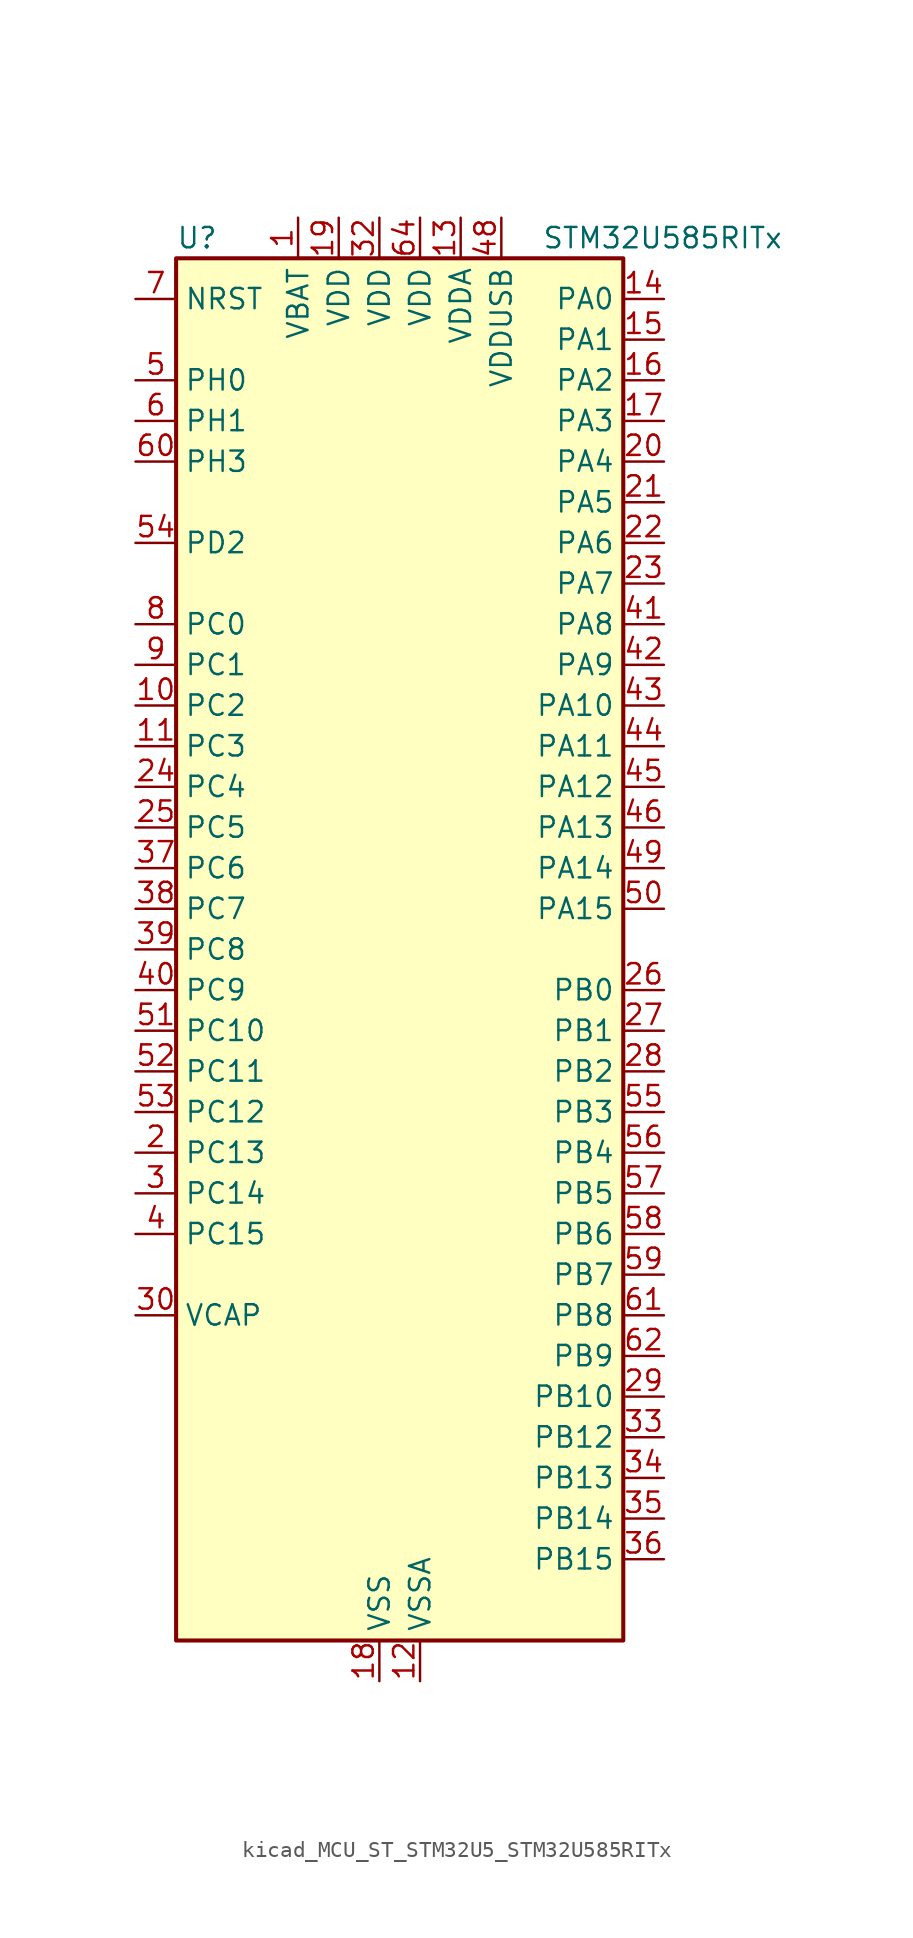
<source format=kicad_sym>
(kicad_symbol_lib
  (version 20220914)
  (generator kicad_symbol_editor)
  (symbol "kicad_MCU_ST_STM32U5_STM32U585RITx"
    (property "Reference" "U"
      (at -12.7 44.45 0)
      (effects (font (size 1.27 1.27)) (justify left)))
    (property "Value" "STM32U585RITx"
      (at 10.16 44.45 0)
      (effects (font (size 1.27 1.27)) (justify left)))
    (property "ki_locked" ""
      (at 0 0 0)
      (effects (font (size 1.27 1.27))))
    (symbol "kicad_MCU_ST_STM32U5_STM32U585RITx_0_1"
      (rectangle (start -12.7 -43.18) (end 15.24 43.18) (stroke (width 0.254) (type default)) (fill (type background))))
    (symbol "kicad_MCU_ST_STM32U5_STM32U585RITx_1_1"
      (pin power_in line (at -5.08 45.72 270) (length 2.54) (name "VBAT" (effects (font (size 1.27 1.27)))) (number "1" (effects (font (size 1.27 1.27)))))
      (pin bidirectional line (at -15.24 15.24 0) (length 2.54) (name "PC2" (effects (font (size 1.27 1.27)))) (number "10" (effects (font (size 1.27 1.27)))) (alternate "ADC1_IN3" bidirectional line) (alternate "ADC4_IN3" bidirectional line) (alternate "LPTIM1_IN2" bidirectional line) (alternate "MDF1_CCK1" bidirectional line) (alternate "OCTOSPIM_P1_IO5" bidirectional line) (alternate "SPI2_MISO" bidirectional line))
      (pin bidirectional line (at -15.24 12.7 0) (length 2.54) (name "PC3" (effects (font (size 1.27 1.27)))) (number "11" (effects (font (size 1.27 1.27)))) (alternate "ADC1_IN4" bidirectional line) (alternate "ADC4_IN4" bidirectional line) (alternate "LPTIM1_ETR" bidirectional line) (alternate "LPTIM2_ETR" bidirectional line) (alternate "LPTIM3_CH1" bidirectional line) (alternate "OCTOSPIM_P1_IO6" bidirectional line) (alternate "SAI1_D1" bidirectional line) (alternate "SAI1_SD_A" bidirectional line) (alternate "SPI2_MOSI" bidirectional line))
      (pin power_in line (at 2.54 -45.72 90) (length 2.54) (name "VSSA" (effects (font (size 1.27 1.27)))) (number "12" (effects (font (size 1.27 1.27)))))
      (pin power_in line (at 5.08 45.72 270) (length 2.54) (name "VDDA" (effects (font (size 1.27 1.27)))) (number "13" (effects (font (size 1.27 1.27)))))
      (pin bidirectional line (at 17.78 40.64 180) (length 2.54) (name "PA0" (effects (font (size 1.27 1.27)))) (number "14" (effects (font (size 1.27 1.27)))) (alternate "ADC1_IN5" bidirectional line) (alternate "AUDIOCLK" bidirectional line) (alternate "OCTOSPIM_P2_NCS" bidirectional line) (alternate "OPAMP1_VINP" bidirectional line) (alternate "PWR_WKUP1" bidirectional line) (alternate "SDMMC2_CMD" bidirectional line) (alternate "SPI3_RDY" bidirectional line) (alternate "TAMP_IN2" bidirectional line) (alternate "TAMP_OUT1" bidirectional line) (alternate "TIM2_CH1" bidirectional line) (alternate "TIM2_ETR" bidirectional line) (alternate "TIM5_CH1" bidirectional line) (alternate "TIM8_ETR" bidirectional line) (alternate "UART4_TX" bidirectional line) (alternate "USART2_CTS" bidirectional line))
      (pin bidirectional line (at 17.78 38.1 180) (length 2.54) (name "PA1" (effects (font (size 1.27 1.27)))) (number "15" (effects (font (size 1.27 1.27)))) (alternate "ADC1_IN6" bidirectional line) (alternate "I2C1_SMBA" bidirectional line) (alternate "LPTIM1_CH2" bidirectional line) (alternate "OCTOSPIM_P1_DQS" bidirectional line) (alternate "OPAMP1_VINM" bidirectional line) (alternate "PWR_WKUP3" bidirectional line) (alternate "SPI1_SCK" bidirectional line) (alternate "TAMP_IN5" bidirectional line) (alternate "TAMP_OUT4" bidirectional line) (alternate "TIM15_CH1N" bidirectional line) (alternate "TIM2_CH2" bidirectional line) (alternate "TIM5_CH2" bidirectional line) (alternate "UART4_RX" bidirectional line) (alternate "USART2_DE" bidirectional line) (alternate "USART2_RTS" bidirectional line))
      (pin bidirectional line (at 17.78 35.56 180) (length 2.54) (name "PA2" (effects (font (size 1.27 1.27)))) (number "16" (effects (font (size 1.27 1.27)))) (alternate "ADC1_IN7" bidirectional line) (alternate "COMP1_INP" bidirectional line) (alternate "LPUART1_TX" bidirectional line) (alternate "OCTOSPIM_P1_NCS" bidirectional line) (alternate "PWR_WKUP4" bidirectional line) (alternate "RCC_LSCO" bidirectional line) (alternate "SPI1_RDY" bidirectional line) (alternate "TIM15_CH1" bidirectional line) (alternate "TIM2_CH3" bidirectional line) (alternate "TIM5_CH3" bidirectional line) (alternate "UCPD1_FRSTX1" bidirectional line) (alternate "USART2_TX" bidirectional line))
      (pin bidirectional line (at 17.78 33.02 180) (length 2.54) (name "PA3" (effects (font (size 1.27 1.27)))) (number "17" (effects (font (size 1.27 1.27)))) (alternate "ADC1_IN8" bidirectional line) (alternate "LPUART1_RX" bidirectional line) (alternate "OCTOSPIM_P1_CLK" bidirectional line) (alternate "OPAMP1_VOUT" bidirectional line) (alternate "PWR_WKUP5" bidirectional line) (alternate "SAI1_CK1" bidirectional line) (alternate "SAI1_MCLK_A" bidirectional line) (alternate "TIM15_CH2" bidirectional line) (alternate "TIM2_CH4" bidirectional line) (alternate "TIM5_CH4" bidirectional line) (alternate "USART2_RX" bidirectional line))
      (pin power_in line (at 0 -45.72 90) (length 2.54) (name "VSS" (effects (font (size 1.27 1.27)))) (number "18" (effects (font (size 1.27 1.27)))))
      (pin power_in line (at -2.54 45.72 270) (length 2.54) (name "VDD" (effects (font (size 1.27 1.27)))) (number "19" (effects (font (size 1.27 1.27)))))
      (pin bidirectional line (at -15.24 -12.7 0) (length 2.54) (name "PC13" (effects (font (size 1.27 1.27)))) (number "2" (effects (font (size 1.27 1.27)))) (alternate "PWR_WKUP2" bidirectional line) (alternate "RTC_OUT1" bidirectional line) (alternate "RTC_TS" bidirectional line) (alternate "TAMP_IN1" bidirectional line) (alternate "TAMP_OUT2" bidirectional line))
      (pin bidirectional line (at 17.78 30.48 180) (length 2.54) (name "PA4" (effects (font (size 1.27 1.27)))) (number "20" (effects (font (size 1.27 1.27)))) (alternate "ADC1_IN9" bidirectional line) (alternate "ADC4_IN9" bidirectional line) (alternate "DAC1_OUT1" bidirectional line) (alternate "DCMI_HSYNC" bidirectional line) (alternate "LPTIM2_CH1" bidirectional line) (alternate "OCTOSPIM_P1_NCS" bidirectional line) (alternate "PSSI_DE" bidirectional line) (alternate "PWR_WKUP2" bidirectional line) (alternate "SAI1_FS_B" bidirectional line) (alternate "SPI1_NSS" bidirectional line) (alternate "SPI3_NSS" bidirectional line) (alternate "USART2_CK" bidirectional line))
      (pin bidirectional line (at 17.78 27.94 180) (length 2.54) (name "PA5" (effects (font (size 1.27 1.27)))) (number "21" (effects (font (size 1.27 1.27)))) (alternate "ADC1_IN10" bidirectional line) (alternate "ADC4_IN10" bidirectional line) (alternate "DAC1_OUT2" bidirectional line) (alternate "LPTIM2_ETR" bidirectional line) (alternate "PSSI_D14" bidirectional line) (alternate "PWR_CSLEEP" bidirectional line) (alternate "PWR_WKUP6" bidirectional line) (alternate "SPI1_SCK" bidirectional line) (alternate "TIM2_CH1" bidirectional line) (alternate "TIM2_ETR" bidirectional line) (alternate "TIM8_CH1N" bidirectional line) (alternate "USART3_RX" bidirectional line))
      (pin bidirectional line (at 17.78 25.4 180) (length 2.54) (name "PA6" (effects (font (size 1.27 1.27)))) (number "22" (effects (font (size 1.27 1.27)))) (alternate "ADC1_IN11" bidirectional line) (alternate "ADC4_IN11" bidirectional line) (alternate "DCMI_PIXCLK" bidirectional line) (alternate "LPUART1_CTS" bidirectional line) (alternate "OCTOSPIM_P1_IO3" bidirectional line) (alternate "OPAMP2_VINP" bidirectional line) (alternate "PSSI_PDCK" bidirectional line) (alternate "PWR_CDSTOP" bidirectional line) (alternate "PWR_WKUP7" bidirectional line) (alternate "SPI1_MISO" bidirectional line) (alternate "TIM16_CH1" bidirectional line) (alternate "TIM1_BKIN" bidirectional line) (alternate "TIM3_CH1" bidirectional line) (alternate "TIM8_BKIN" bidirectional line) (alternate "USART3_CTS" bidirectional line))
      (pin bidirectional line (at 17.78 22.86 180) (length 2.54) (name "PA7" (effects (font (size 1.27 1.27)))) (number "23" (effects (font (size 1.27 1.27)))) (alternate "ADC1_IN12" bidirectional line) (alternate "ADC4_IN20" bidirectional line) (alternate "I2C3_SCL" bidirectional line) (alternate "LPTIM2_CH2" bidirectional line) (alternate "OCTOSPIM_P1_IO2" bidirectional line) (alternate "OPAMP2_VINM" bidirectional line) (alternate "PWR_SRDSTOP" bidirectional line) (alternate "PWR_WKUP8" bidirectional line) (alternate "SPI1_MOSI" bidirectional line) (alternate "TIM17_CH1" bidirectional line) (alternate "TIM1_CH1N" bidirectional line) (alternate "TIM3_CH2" bidirectional line) (alternate "TIM8_CH1N" bidirectional line) (alternate "USART3_TX" bidirectional line))
      (pin bidirectional line (at -15.24 10.16 0) (length 2.54) (name "PC4" (effects (font (size 1.27 1.27)))) (number "24" (effects (font (size 1.27 1.27)))) (alternate "ADC1_IN13" bidirectional line) (alternate "ADC4_IN22" bidirectional line) (alternate "COMP1_INM" bidirectional line) (alternate "OCTOSPIM_P1_IO7" bidirectional line) (alternate "USART3_TX" bidirectional line))
      (pin bidirectional line (at -15.24 7.62 0) (length 2.54) (name "PC5" (effects (font (size 1.27 1.27)))) (number "25" (effects (font (size 1.27 1.27)))) (alternate "ADC1_IN14" bidirectional line) (alternate "ADC4_IN23" bidirectional line) (alternate "COMP1_INP" bidirectional line) (alternate "PSSI_D15" bidirectional line) (alternate "PWR_WKUP5" bidirectional line) (alternate "SAI1_D3" bidirectional line) (alternate "TAMP_IN4" bidirectional line) (alternate "TAMP_OUT5" bidirectional line) (alternate "TIM1_CH4N" bidirectional line) (alternate "USART3_RX" bidirectional line))
      (pin bidirectional line (at 17.78 -2.54 180) (length 2.54) (name "PB0" (effects (font (size 1.27 1.27)))) (number "26" (effects (font (size 1.27 1.27)))) (alternate "ADC1_IN15" bidirectional line) (alternate "ADC4_IN18" bidirectional line) (alternate "AUDIOCLK" bidirectional line) (alternate "COMP1_OUT" bidirectional line) (alternate "LPTIM3_CH1" bidirectional line) (alternate "OCTOSPIM_P1_IO1" bidirectional line) (alternate "OPAMP2_VOUT" bidirectional line) (alternate "SPI1_NSS" bidirectional line) (alternate "TIM1_CH2N" bidirectional line) (alternate "TIM3_CH3" bidirectional line) (alternate "TIM8_CH2N" bidirectional line) (alternate "USART3_CK" bidirectional line))
      (pin bidirectional line (at 17.78 -5.08 180) (length 2.54) (name "PB1" (effects (font (size 1.27 1.27)))) (number "27" (effects (font (size 1.27 1.27)))) (alternate "ADC1_IN16" bidirectional line) (alternate "ADC4_IN19" bidirectional line) (alternate "COMP1_INM" bidirectional line) (alternate "LPTIM2_IN1" bidirectional line) (alternate "LPTIM3_CH2" bidirectional line) (alternate "LPUART1_DE" bidirectional line) (alternate "LPUART1_RTS" bidirectional line) (alternate "MDF1_SDI0" bidirectional line) (alternate "OCTOSPIM_P1_IO0" bidirectional line) (alternate "PWR_WKUP4" bidirectional line) (alternate "TIM1_CH3N" bidirectional line) (alternate "TIM3_CH4" bidirectional line) (alternate "TIM8_CH3N" bidirectional line) (alternate "USART3_DE" bidirectional line) (alternate "USART3_RTS" bidirectional line))
      (pin bidirectional line (at 17.78 -7.62 180) (length 2.54) (name "PB2" (effects (font (size 1.27 1.27)))) (number "28" (effects (font (size 1.27 1.27)))) (alternate "ADC1_IN17" bidirectional line) (alternate "COMP1_INP" bidirectional line) (alternate "I2C3_SMBA" bidirectional line) (alternate "LPTIM1_CH1" bidirectional line) (alternate "MDF1_CKI0" bidirectional line) (alternate "OCTOSPIM_P1_DQS" bidirectional line) (alternate "PWR_WKUP1" bidirectional line) (alternate "RTC_OUT2" bidirectional line) (alternate "SPI1_RDY" bidirectional line) (alternate "TIM8_CH4N" bidirectional line) (alternate "UCPD1_FRSTX1" bidirectional line))
      (pin bidirectional line (at 17.78 -27.94 180) (length 2.54) (name "PB10" (effects (font (size 1.27 1.27)))) (number "29" (effects (font (size 1.27 1.27)))) (alternate "COMP1_OUT" bidirectional line) (alternate "I2C2_SCL" bidirectional line) (alternate "I2C4_SCL" bidirectional line) (alternate "LPTIM3_CH1" bidirectional line) (alternate "LPUART1_RX" bidirectional line) (alternate "OCTOSPIM_P1_CLK" bidirectional line) (alternate "PWR_WKUP8" bidirectional line) (alternate "SAI1_SCK_A" bidirectional line) (alternate "SPI2_SCK" bidirectional line) (alternate "TIM2_CH3" bidirectional line) (alternate "TSC_SYNC" bidirectional line) (alternate "USART3_TX" bidirectional line))
      (pin bidirectional line (at -15.24 -15.24 0) (length 2.54) (name "PC14" (effects (font (size 1.27 1.27)))) (number "3" (effects (font (size 1.27 1.27)))) (alternate "RCC_OSC32_IN" bidirectional line))
      (pin power_out line (at -15.24 -22.86 0) (length 2.54) (name "VCAP" (effects (font (size 1.27 1.27)))) (number "30" (effects (font (size 1.27 1.27)))))
      (pin passive line (at 0 -45.72 90) (length 2.54) hide (name "VSS" (effects (font (size 1.27 1.27)))) (number "31" (effects (font (size 1.27 1.27)))))
      (pin power_in line (at 0 45.72 270) (length 2.54) (name "VDD" (effects (font (size 1.27 1.27)))) (number "32" (effects (font (size 1.27 1.27)))))
      (pin bidirectional line (at 17.78 -30.48 180) (length 2.54) (name "PB12" (effects (font (size 1.27 1.27)))) (number "33" (effects (font (size 1.27 1.27)))) (alternate "I2C2_SMBA" bidirectional line) (alternate "LPUART1_DE" bidirectional line) (alternate "LPUART1_RTS" bidirectional line) (alternate "MDF1_SDI1" bidirectional line) (alternate "OCTOSPIM_P1_NCLK" bidirectional line) (alternate "SPI2_NSS" bidirectional line) (alternate "TIM15_BKIN" bidirectional line) (alternate "TIM1_BKIN" bidirectional line) (alternate "TSC_G1_IO1" bidirectional line) (alternate "USART3_CK" bidirectional line))
      (pin bidirectional line (at 17.78 -33.02 180) (length 2.54) (name "PB13" (effects (font (size 1.27 1.27)))) (number "34" (effects (font (size 1.27 1.27)))) (alternate "I2C2_SCL" bidirectional line) (alternate "LPTIM3_IN1" bidirectional line) (alternate "LPUART1_CTS" bidirectional line) (alternate "MDF1_CKI1" bidirectional line) (alternate "SPI2_SCK" bidirectional line) (alternate "TIM15_CH1N" bidirectional line) (alternate "TIM1_CH1N" bidirectional line) (alternate "TSC_G1_IO2" bidirectional line) (alternate "USART3_CTS" bidirectional line))
      (pin bidirectional line (at 17.78 -35.56 180) (length 2.54) (name "PB14" (effects (font (size 1.27 1.27)))) (number "35" (effects (font (size 1.27 1.27)))) (alternate "I2C2_SDA" bidirectional line) (alternate "LPTIM3_ETR" bidirectional line) (alternate "MDF1_SDI2" bidirectional line) (alternate "SDMMC2_D0" bidirectional line) (alternate "SPI2_MISO" bidirectional line) (alternate "TIM15_CH1" bidirectional line) (alternate "TIM1_CH2N" bidirectional line) (alternate "TIM8_CH2N" bidirectional line) (alternate "TSC_G1_IO3" bidirectional line) (alternate "UCPD1_DBCC2" bidirectional line) (alternate "USART3_DE" bidirectional line) (alternate "USART3_RTS" bidirectional line))
      (pin bidirectional line (at 17.78 -38.1 180) (length 2.54) (name "PB15" (effects (font (size 1.27 1.27)))) (number "36" (effects (font (size 1.27 1.27)))) (alternate "ADC1_EXTI15" bidirectional line) (alternate "ADC4_EXTI15" bidirectional line) (alternate "LPTIM2_IN2" bidirectional line) (alternate "MDF1_CKI2" bidirectional line) (alternate "PWR_WKUP7" bidirectional line) (alternate "RTC_REFIN" bidirectional line) (alternate "SDMMC2_D1" bidirectional line) (alternate "SPI2_MOSI" bidirectional line) (alternate "TIM15_CH2" bidirectional line) (alternate "TIM1_CH3N" bidirectional line) (alternate "TIM8_CH3N" bidirectional line) (alternate "UCPD1_CC2" bidirectional line))
      (pin bidirectional line (at -15.24 5.08 0) (length 2.54) (name "PC6" (effects (font (size 1.27 1.27)))) (number "37" (effects (font (size 1.27 1.27)))) (alternate "DCMI_D0" bidirectional line) (alternate "MDF1_CKI3" bidirectional line) (alternate "PSSI_D0" bidirectional line) (alternate "PWR_CSLEEP" bidirectional line) (alternate "SDMMC1_D0DIR" bidirectional line) (alternate "SDMMC1_D6" bidirectional line) (alternate "SDMMC2_D6" bidirectional line) (alternate "TIM3_CH1" bidirectional line) (alternate "TIM8_CH1" bidirectional line) (alternate "TSC_G4_IO1" bidirectional line))
      (pin bidirectional line (at -15.24 2.54 0) (length 2.54) (name "PC7" (effects (font (size 1.27 1.27)))) (number "38" (effects (font (size 1.27 1.27)))) (alternate "DCMI_D1" bidirectional line) (alternate "LPTIM2_CH2" bidirectional line) (alternate "MDF1_SDI3" bidirectional line) (alternate "PSSI_D1" bidirectional line) (alternate "PWR_CDSTOP" bidirectional line) (alternate "SDMMC1_D123DIR" bidirectional line) (alternate "SDMMC1_D7" bidirectional line) (alternate "SDMMC2_D7" bidirectional line) (alternate "TIM3_CH2" bidirectional line) (alternate "TIM8_CH2" bidirectional line) (alternate "TSC_G4_IO2" bidirectional line))
      (pin bidirectional line (at -15.24 0 0) (length 2.54) (name "PC8" (effects (font (size 1.27 1.27)))) (number "39" (effects (font (size 1.27 1.27)))) (alternate "DCMI_D2" bidirectional line) (alternate "LPTIM3_CH1" bidirectional line) (alternate "PSSI_D2" bidirectional line) (alternate "PWR_SRDSTOP" bidirectional line) (alternate "SDMMC1_D0" bidirectional line) (alternate "TIM3_CH3" bidirectional line) (alternate "TIM8_CH3" bidirectional line) (alternate "TSC_G4_IO3" bidirectional line))
      (pin bidirectional line (at -15.24 -17.78 0) (length 2.54) (name "PC15" (effects (font (size 1.27 1.27)))) (number "4" (effects (font (size 1.27 1.27)))) (alternate "ADC1_EXTI15" bidirectional line) (alternate "ADC4_EXTI15" bidirectional line) (alternate "RCC_OSC32_OUT" bidirectional line))
      (pin bidirectional line (at -15.24 -2.54 0) (length 2.54) (name "PC9" (effects (font (size 1.27 1.27)))) (number "40" (effects (font (size 1.27 1.27)))) (alternate "DAC1_EXTI9" bidirectional line) (alternate "DCMI_D3" bidirectional line) (alternate "DEBUG_TRACED0" bidirectional line) (alternate "LPTIM3_CH2" bidirectional line) (alternate "PSSI_D3" bidirectional line) (alternate "SDMMC1_D1" bidirectional line) (alternate "TIM3_CH4" bidirectional line) (alternate "TIM8_BKIN2" bidirectional line) (alternate "TIM8_CH4" bidirectional line) (alternate "TSC_G4_IO4" bidirectional line) (alternate "USB_OTG_FS_NOE" bidirectional line))
      (pin bidirectional line (at 17.78 20.32 180) (length 2.54) (name "PA8" (effects (font (size 1.27 1.27)))) (number "41" (effects (font (size 1.27 1.27)))) (alternate "DEBUG_TRACECLK" bidirectional line) (alternate "LPTIM2_CH1" bidirectional line) (alternate "RCC_MCO" bidirectional line) (alternate "SAI1_CK2" bidirectional line) (alternate "SAI1_SCK_A" bidirectional line) (alternate "SPI1_RDY" bidirectional line) (alternate "TIM1_CH1" bidirectional line) (alternate "USART1_CK" bidirectional line) (alternate "USB_OTG_FS_SOF" bidirectional line))
      (pin bidirectional line (at 17.78 17.78 180) (length 2.54) (name "PA9" (effects (font (size 1.27 1.27)))) (number "42" (effects (font (size 1.27 1.27)))) (alternate "DAC1_EXTI9" bidirectional line) (alternate "DCMI_D0" bidirectional line) (alternate "PSSI_D0" bidirectional line) (alternate "SAI1_FS_A" bidirectional line) (alternate "SPI2_SCK" bidirectional line) (alternate "TIM15_BKIN" bidirectional line) (alternate "TIM1_CH2" bidirectional line) (alternate "USART1_TX" bidirectional line) (alternate "USB_OTG_FS_VBUS" bidirectional line))
      (pin bidirectional line (at 17.78 15.24 180) (length 2.54) (name "PA10" (effects (font (size 1.27 1.27)))) (number "43" (effects (font (size 1.27 1.27)))) (alternate "CRS_SYNC" bidirectional line) (alternate "DCMI_D1" bidirectional line) (alternate "LPTIM2_IN2" bidirectional line) (alternate "PSSI_D1" bidirectional line) (alternate "SAI1_D1" bidirectional line) (alternate "SAI1_SD_A" bidirectional line) (alternate "TIM17_BKIN" bidirectional line) (alternate "TIM1_CH3" bidirectional line) (alternate "USART1_RX" bidirectional line) (alternate "USB_OTG_FS_ID" bidirectional line))
      (pin bidirectional line (at 17.78 12.7 180) (length 2.54) (name "PA11" (effects (font (size 1.27 1.27)))) (number "44" (effects (font (size 1.27 1.27)))) (alternate "ADC1_EXTI11" bidirectional line) (alternate "FDCAN1_RX" bidirectional line) (alternate "SPI1_MISO" bidirectional line) (alternate "TIM1_BKIN2" bidirectional line) (alternate "TIM1_CH4" bidirectional line) (alternate "USART1_CTS" bidirectional line) (alternate "USB_OTG_FS_DM" bidirectional line))
      (pin bidirectional line (at 17.78 10.16 180) (length 2.54) (name "PA12" (effects (font (size 1.27 1.27)))) (number "45" (effects (font (size 1.27 1.27)))) (alternate "FDCAN1_TX" bidirectional line) (alternate "OCTOSPIM_P2_NCS" bidirectional line) (alternate "SPI1_MOSI" bidirectional line) (alternate "TIM1_ETR" bidirectional line) (alternate "USART1_DE" bidirectional line) (alternate "USART1_RTS" bidirectional line) (alternate "USB_OTG_FS_DP" bidirectional line))
      (pin bidirectional line (at 17.78 7.62 180) (length 2.54) (name "PA13" (effects (font (size 1.27 1.27)))) (number "46" (effects (font (size 1.27 1.27)))) (alternate "DEBUG_JTMS-SWDIO" bidirectional line) (alternate "IR_OUT" bidirectional line) (alternate "SAI1_SD_B" bidirectional line) (alternate "USB_OTG_FS_NOE" bidirectional line))
      (pin passive line (at 0 -45.72 90) (length 2.54) hide (name "VSS" (effects (font (size 1.27 1.27)))) (number "47" (effects (font (size 1.27 1.27)))))
      (pin power_in line (at 7.62 45.72 270) (length 2.54) (name "VDDUSB" (effects (font (size 1.27 1.27)))) (number "48" (effects (font (size 1.27 1.27)))))
      (pin bidirectional line (at 17.78 5.08 180) (length 2.54) (name "PA14" (effects (font (size 1.27 1.27)))) (number "49" (effects (font (size 1.27 1.27)))) (alternate "DEBUG_JTCK-SWCLK" bidirectional line) (alternate "I2C1_SMBA" bidirectional line) (alternate "I2C4_SMBA" bidirectional line) (alternate "LPTIM1_CH1" bidirectional line) (alternate "SAI1_FS_B" bidirectional line) (alternate "USB_OTG_FS_SOF" bidirectional line))
      (pin bidirectional line (at -15.24 35.56 0) (length 2.54) (name "PH0" (effects (font (size 1.27 1.27)))) (number "5" (effects (font (size 1.27 1.27)))) (alternate "RCC_OSC_IN" bidirectional line))
      (pin bidirectional line (at 17.78 2.54 180) (length 2.54) (name "PA15" (effects (font (size 1.27 1.27)))) (number "50" (effects (font (size 1.27 1.27)))) (alternate "ADC1_EXTI15" bidirectional line) (alternate "ADC4_EXTI15" bidirectional line) (alternate "DEBUG_JTDI" bidirectional line) (alternate "SPI1_NSS" bidirectional line) (alternate "SPI3_NSS" bidirectional line) (alternate "TIM2_CH1" bidirectional line) (alternate "TIM2_ETR" bidirectional line) (alternate "UART4_DE" bidirectional line) (alternate "UART4_RTS" bidirectional line) (alternate "UCPD1_CC1" bidirectional line) (alternate "USART2_RX" bidirectional line) (alternate "USART3_DE" bidirectional line) (alternate "USART3_RTS" bidirectional line))
      (pin bidirectional line (at -15.24 -5.08 0) (length 2.54) (name "PC10" (effects (font (size 1.27 1.27)))) (number "51" (effects (font (size 1.27 1.27)))) (alternate "ADF1_CCK1" bidirectional line) (alternate "DCMI_D8" bidirectional line) (alternate "DEBUG_TRACED1" bidirectional line) (alternate "LPTIM3_ETR" bidirectional line) (alternate "PSSI_D8" bidirectional line) (alternate "SDMMC1_D2" bidirectional line) (alternate "SPI3_SCK" bidirectional line) (alternate "TSC_G3_IO2" bidirectional line) (alternate "UART4_TX" bidirectional line) (alternate "USART3_TX" bidirectional line))
      (pin bidirectional line (at -15.24 -7.62 0) (length 2.54) (name "PC11" (effects (font (size 1.27 1.27)))) (number "52" (effects (font (size 1.27 1.27)))) (alternate "ADC1_EXTI11" bidirectional line) (alternate "ADF1_SDI0" bidirectional line) (alternate "DCMI_D2" bidirectional line) (alternate "DCMI_D4" bidirectional line) (alternate "LPTIM3_IN1" bidirectional line) (alternate "OCTOSPIM_P1_NCS" bidirectional line) (alternate "PSSI_D2" bidirectional line) (alternate "PSSI_D4" bidirectional line) (alternate "SDMMC1_D3" bidirectional line) (alternate "SPI3_MISO" bidirectional line) (alternate "TSC_G3_IO3" bidirectional line) (alternate "UART4_RX" bidirectional line) (alternate "UCPD1_FRSTX2" bidirectional line) (alternate "USART3_RX" bidirectional line))
      (pin bidirectional line (at -15.24 -10.16 0) (length 2.54) (name "PC12" (effects (font (size 1.27 1.27)))) (number "53" (effects (font (size 1.27 1.27)))) (alternate "DCMI_D9" bidirectional line) (alternate "DEBUG_TRACED3" bidirectional line) (alternate "PSSI_D9" bidirectional line) (alternate "SDMMC1_CK" bidirectional line) (alternate "SPI3_MOSI" bidirectional line) (alternate "TSC_G3_IO4" bidirectional line) (alternate "UART5_TX" bidirectional line) (alternate "USART3_CK" bidirectional line))
      (pin bidirectional line (at -15.24 25.4 0) (length 2.54) (name "PD2" (effects (font (size 1.27 1.27)))) (number "54" (effects (font (size 1.27 1.27)))) (alternate "DCMI_D11" bidirectional line) (alternate "DEBUG_TRACED2" bidirectional line) (alternate "LPTIM4_ETR" bidirectional line) (alternate "PSSI_D11" bidirectional line) (alternate "SDMMC1_CMD" bidirectional line) (alternate "TIM3_ETR" bidirectional line) (alternate "TSC_SYNC" bidirectional line) (alternate "UART5_RX" bidirectional line) (alternate "USART3_DE" bidirectional line) (alternate "USART3_RTS" bidirectional line))
      (pin bidirectional line (at 17.78 -10.16 180) (length 2.54) (name "PB3" (effects (font (size 1.27 1.27)))) (number "55" (effects (font (size 1.27 1.27)))) (alternate "ADF1_CCK0" bidirectional line) (alternate "COMP2_INM" bidirectional line) (alternate "CRS_SYNC" bidirectional line) (alternate "DEBUG_JTDO-SWO" bidirectional line) (alternate "I2C1_SDA" bidirectional line) (alternate "LPTIM1_CH1" bidirectional line) (alternate "SAI1_SCK_B" bidirectional line) (alternate "SDMMC2_D2" bidirectional line) (alternate "SPI1_SCK" bidirectional line) (alternate "SPI3_SCK" bidirectional line) (alternate "TIM2_CH2" bidirectional line) (alternate "USART1_DE" bidirectional line) (alternate "USART1_RTS" bidirectional line))
      (pin bidirectional line (at 17.78 -12.7 180) (length 2.54) (name "PB4" (effects (font (size 1.27 1.27)))) (number "56" (effects (font (size 1.27 1.27)))) (alternate "ADF1_SDI0" bidirectional line) (alternate "COMP2_INP" bidirectional line) (alternate "DCMI_D12" bidirectional line) (alternate "DEBUG_JTRST" bidirectional line) (alternate "I2C3_SDA" bidirectional line) (alternate "LPTIM1_CH2" bidirectional line) (alternate "PSSI_D12" bidirectional line) (alternate "SAI1_MCLK_B" bidirectional line) (alternate "SDMMC2_D3" bidirectional line) (alternate "SPI1_MISO" bidirectional line) (alternate "SPI3_MISO" bidirectional line) (alternate "TIM17_BKIN" bidirectional line) (alternate "TIM3_CH1" bidirectional line) (alternate "TSC_G2_IO1" bidirectional line) (alternate "UART5_DE" bidirectional line) (alternate "UART5_RTS" bidirectional line) (alternate "USART1_CTS" bidirectional line))
      (pin bidirectional line (at 17.78 -15.24 180) (length 2.54) (name "PB5" (effects (font (size 1.27 1.27)))) (number "57" (effects (font (size 1.27 1.27)))) (alternate "COMP2_OUT" bidirectional line) (alternate "DCMI_D10" bidirectional line) (alternate "I2C1_SMBA" bidirectional line) (alternate "LPTIM1_IN1" bidirectional line) (alternate "OCTOSPIM_P1_NCLK" bidirectional line) (alternate "PSSI_D10" bidirectional line) (alternate "PWR_WKUP6" bidirectional line) (alternate "SAI1_SD_B" bidirectional line) (alternate "SPI1_MOSI" bidirectional line) (alternate "SPI3_MOSI" bidirectional line) (alternate "TIM16_BKIN" bidirectional line) (alternate "TIM3_CH2" bidirectional line) (alternate "TSC_G2_IO2" bidirectional line) (alternate "UART5_CTS" bidirectional line) (alternate "UCPD1_DBCC1" bidirectional line) (alternate "USART1_CK" bidirectional line))
      (pin bidirectional line (at 17.78 -17.78 180) (length 2.54) (name "PB6" (effects (font (size 1.27 1.27)))) (number "58" (effects (font (size 1.27 1.27)))) (alternate "COMP2_INP" bidirectional line) (alternate "DCMI_D5" bidirectional line) (alternate "I2C1_SCL" bidirectional line) (alternate "I2C4_SCL" bidirectional line) (alternate "LPTIM1_ETR" bidirectional line) (alternate "MDF1_SDI5" bidirectional line) (alternate "PSSI_D5" bidirectional line) (alternate "PWR_WKUP3" bidirectional line) (alternate "SAI1_FS_B" bidirectional line) (alternate "TIM16_CH1N" bidirectional line) (alternate "TIM4_CH1" bidirectional line) (alternate "TIM8_BKIN2" bidirectional line) (alternate "TSC_G2_IO3" bidirectional line) (alternate "USART1_TX" bidirectional line))
      (pin bidirectional line (at 17.78 -20.32 180) (length 2.54) (name "PB7" (effects (font (size 1.27 1.27)))) (number "59" (effects (font (size 1.27 1.27)))) (alternate "COMP2_INM" bidirectional line) (alternate "DCMI_VSYNC" bidirectional line) (alternate "I2C1_SDA" bidirectional line) (alternate "I2C4_SDA" bidirectional line) (alternate "LPTIM1_IN2" bidirectional line) (alternate "MDF1_CKI5" bidirectional line) (alternate "PSSI_RDY" bidirectional line) (alternate "PWR_PVD_IN" bidirectional line) (alternate "PWR_WKUP4" bidirectional line) (alternate "TIM17_CH1N" bidirectional line) (alternate "TIM4_CH2" bidirectional line) (alternate "TIM8_BKIN" bidirectional line) (alternate "TSC_G2_IO4" bidirectional line) (alternate "UART4_CTS" bidirectional line) (alternate "USART1_RX" bidirectional line))
      (pin bidirectional line (at -15.24 33.02 0) (length 2.54) (name "PH1" (effects (font (size 1.27 1.27)))) (number "6" (effects (font (size 1.27 1.27)))) (alternate "RCC_OSC_OUT" bidirectional line))
      (pin bidirectional line (at -15.24 30.48 0) (length 2.54) (name "PH3" (effects (font (size 1.27 1.27)))) (number "60" (effects (font (size 1.27 1.27)))))
      (pin bidirectional line (at 17.78 -22.86 180) (length 2.54) (name "PB8" (effects (font (size 1.27 1.27)))) (number "61" (effects (font (size 1.27 1.27)))) (alternate "DCMI_D6" bidirectional line) (alternate "FDCAN1_RX" bidirectional line) (alternate "I2C1_SCL" bidirectional line) (alternate "MDF1_CCK0" bidirectional line) (alternate "PSSI_D6" bidirectional line) (alternate "PWR_WKUP5" bidirectional line) (alternate "SAI1_CK1" bidirectional line) (alternate "SAI1_MCLK_A" bidirectional line) (alternate "SDMMC1_CKIN" bidirectional line) (alternate "SDMMC1_D4" bidirectional line) (alternate "SDMMC2_D4" bidirectional line) (alternate "SPI3_RDY" bidirectional line) (alternate "TIM16_CH1" bidirectional line) (alternate "TIM4_CH3" bidirectional line))
      (pin bidirectional line (at 17.78 -25.4 180) (length 2.54) (name "PB9" (effects (font (size 1.27 1.27)))) (number "62" (effects (font (size 1.27 1.27)))) (alternate "DAC1_EXTI9" bidirectional line) (alternate "DCMI_D7" bidirectional line) (alternate "FDCAN1_TX" bidirectional line) (alternate "I2C1_SDA" bidirectional line) (alternate "IR_OUT" bidirectional line) (alternate "PSSI_D7" bidirectional line) (alternate "SAI1_D2" bidirectional line) (alternate "SAI1_FS_A" bidirectional line) (alternate "SDMMC1_CDIR" bidirectional line) (alternate "SDMMC1_D5" bidirectional line) (alternate "SDMMC2_D5" bidirectional line) (alternate "SPI2_NSS" bidirectional line) (alternate "TIM17_CH1" bidirectional line) (alternate "TIM4_CH4" bidirectional line))
      (pin passive line (at 0 -45.72 90) (length 2.54) hide (name "VSS" (effects (font (size 1.27 1.27)))) (number "63" (effects (font (size 1.27 1.27)))))
      (pin power_in line (at 2.54 45.72 270) (length 2.54) (name "VDD" (effects (font (size 1.27 1.27)))) (number "64" (effects (font (size 1.27 1.27)))))
      (pin input line (at -15.24 40.64 0) (length 2.54) (name "NRST" (effects (font (size 1.27 1.27)))) (number "7" (effects (font (size 1.27 1.27)))))
      (pin bidirectional line (at -15.24 20.32 0) (length 2.54) (name "PC0" (effects (font (size 1.27 1.27)))) (number "8" (effects (font (size 1.27 1.27)))) (alternate "ADC1_IN1" bidirectional line) (alternate "ADC4_IN1" bidirectional line) (alternate "I2C3_SCL" bidirectional line) (alternate "LPTIM1_IN1" bidirectional line) (alternate "LPTIM2_IN1" bidirectional line) (alternate "LPUART1_RX" bidirectional line) (alternate "MDF1_SDI4" bidirectional line) (alternate "OCTOSPIM_P1_IO7" bidirectional line) (alternate "SDMMC1_D5" bidirectional line) (alternate "SPI2_RDY" bidirectional line))
      (pin bidirectional line (at -15.24 17.78 0) (length 2.54) (name "PC1" (effects (font (size 1.27 1.27)))) (number "9" (effects (font (size 1.27 1.27)))) (alternate "ADC1_IN2" bidirectional line) (alternate "ADC4_IN2" bidirectional line) (alternate "DEBUG_TRACED0" bidirectional line) (alternate "I2C3_SDA" bidirectional line) (alternate "LPTIM1_CH1" bidirectional line) (alternate "LPUART1_TX" bidirectional line) (alternate "MDF1_CKI4" bidirectional line) (alternate "OCTOSPIM_P1_IO4" bidirectional line) (alternate "SAI1_SD_A" bidirectional line) (alternate "SDMMC2_CK" bidirectional line) (alternate "SPI2_MOSI" bidirectional line)))))
</source>
